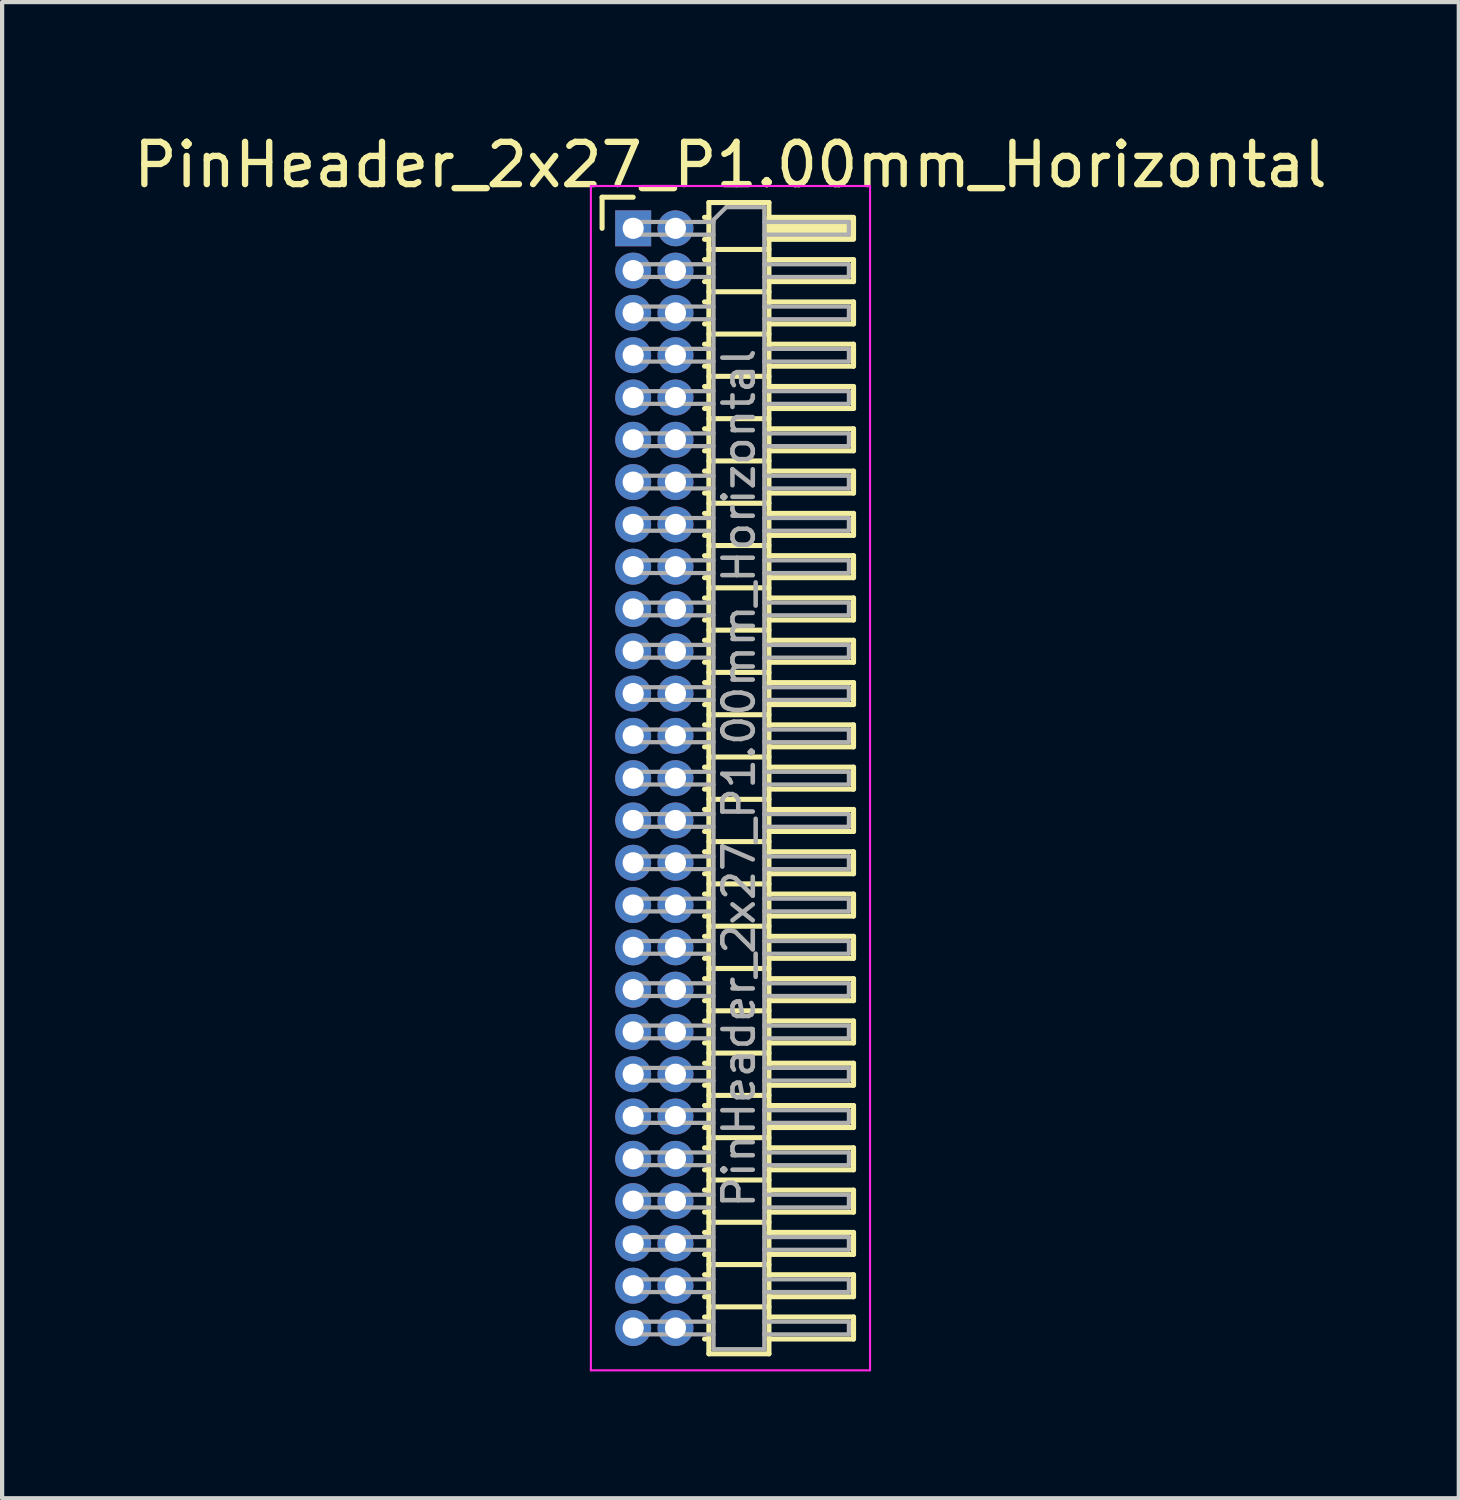
<source format=kicad_pcb>
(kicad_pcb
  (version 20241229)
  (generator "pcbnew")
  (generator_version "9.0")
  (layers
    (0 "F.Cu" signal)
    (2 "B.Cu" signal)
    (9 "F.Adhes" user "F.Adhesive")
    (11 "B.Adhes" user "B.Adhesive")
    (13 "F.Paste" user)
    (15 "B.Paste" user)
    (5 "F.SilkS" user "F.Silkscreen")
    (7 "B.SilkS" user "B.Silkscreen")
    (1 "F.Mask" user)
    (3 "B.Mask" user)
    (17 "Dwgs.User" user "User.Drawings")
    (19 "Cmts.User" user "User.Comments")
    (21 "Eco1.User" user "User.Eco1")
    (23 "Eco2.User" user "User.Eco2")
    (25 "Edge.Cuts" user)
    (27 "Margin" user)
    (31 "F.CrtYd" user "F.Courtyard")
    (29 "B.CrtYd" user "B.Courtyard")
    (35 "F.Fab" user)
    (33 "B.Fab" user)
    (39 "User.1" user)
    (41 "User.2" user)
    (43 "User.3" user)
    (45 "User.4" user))
  (footprint "PinHeader_2x27_P1.00mm_Horizontal"
    (layer "F.Cu")
    (at 11.92 2.348)
    (property "Reference" "PinHeader_2x27_P1.00mm_Horizontal" (at 2.3 -1.5 0) (layer "F.SilkS") (effects (font (size 1 1) (thickness 0.15))))
    (attr through_hole)
    (fp_line (start -0.735 -0.735) (end 0 -0.735) (stroke (width 0.12) (type solid)) (layer "F.SilkS"))
    (fp_line (start -0.735 0) (end -0.735 -0.735) (stroke (width 0.12) (type solid)) (layer "F.SilkS"))
    (fp_line (start 1.687 -0.26) (end 1.79 -0.26) (stroke (width 0.12) (type solid)) (layer "F.SilkS"))
    (fp_line (start 1.687 0.26) (end 1.79 0.26) (stroke (width 0.12) (type solid)) (layer "F.SilkS"))
    (fp_line (start 1.687 0.74) (end 1.79 0.74) (stroke (width 0.12) (type solid)) (layer "F.SilkS"))
    (fp_line (start 1.687 1.26) (end 1.79 1.26) (stroke (width 0.12) (type solid)) (layer "F.SilkS"))
    (fp_line (start 1.687 1.74) (end 1.79 1.74) (stroke (width 0.12) (type solid)) (layer "F.SilkS"))
    (fp_line (start 1.687 2.26) (end 1.79 2.26) (stroke (width 0.12) (type solid)) (layer "F.SilkS"))
    (fp_line (start 1.687 2.74) (end 1.79 2.74) (stroke (width 0.12) (type solid)) (layer "F.SilkS"))
    (fp_line (start 1.687 3.26) (end 1.79 3.26) (stroke (width 0.12) (type solid)) (layer "F.SilkS"))
    (fp_line (start 1.687 3.74) (end 1.79 3.74) (stroke (width 0.12) (type solid)) (layer "F.SilkS"))
    (fp_line (start 1.687 4.26) (end 1.79 4.26) (stroke (width 0.12) (type solid)) (layer "F.SilkS"))
    (fp_line (start 1.687 4.74) (end 1.79 4.74) (stroke (width 0.12) (type solid)) (layer "F.SilkS"))
    (fp_line (start 1.687 5.26) (end 1.79 5.26) (stroke (width 0.12) (type solid)) (layer "F.SilkS"))
    (fp_line (start 1.687 5.74) (end 1.79 5.74) (stroke (width 0.12) (type solid)) (layer "F.SilkS"))
    (fp_line (start 1.687 6.26) (end 1.79 6.26) (stroke (width 0.12) (type solid)) (layer "F.SilkS"))
    (fp_line (start 1.687 6.74) (end 1.79 6.74) (stroke (width 0.12) (type solid)) (layer "F.SilkS"))
    (fp_line (start 1.687 7.26) (end 1.79 7.26) (stroke (width 0.12) (type solid)) (layer "F.SilkS"))
    (fp_line (start 1.687 7.74) (end 1.79 7.74) (stroke (width 0.12) (type solid)) (layer "F.SilkS"))
    (fp_line (start 1.687 8.26) (end 1.79 8.26) (stroke (width 0.12) (type solid)) (layer "F.SilkS"))
    (fp_line (start 1.687 8.74) (end 1.79 8.74) (stroke (width 0.12) (type solid)) (layer "F.SilkS"))
    (fp_line (start 1.687 9.26) (end 1.79 9.26) (stroke (width 0.12) (type solid)) (layer "F.SilkS"))
    (fp_line (start 1.687 9.74) (end 1.79 9.74) (stroke (width 0.12) (type solid)) (layer "F.SilkS"))
    (fp_line (start 1.687 10.26) (end 1.79 10.26) (stroke (width 0.12) (type solid)) (layer "F.SilkS"))
    (fp_line (start 1.687 10.74) (end 1.79 10.74) (stroke (width 0.12) (type solid)) (layer "F.SilkS"))
    (fp_line (start 1.687 11.26) (end 1.79 11.26) (stroke (width 0.12) (type solid)) (layer "F.SilkS"))
    (fp_line (start 1.687 11.74) (end 1.79 11.74) (stroke (width 0.12) (type solid)) (layer "F.SilkS"))
    (fp_line (start 1.687 12.26) (end 1.79 12.26) (stroke (width 0.12) (type solid)) (layer "F.SilkS"))
    (fp_line (start 1.687 12.74) (end 1.79 12.74) (stroke (width 0.12) (type solid)) (layer "F.SilkS"))
    (fp_line (start 1.687 13.26) (end 1.79 13.26) (stroke (width 0.12) (type solid)) (layer "F.SilkS"))
    (fp_line (start 1.687 13.74) (end 1.79 13.74) (stroke (width 0.12) (type solid)) (layer "F.SilkS"))
    (fp_line (start 1.687 14.26) (end 1.79 14.26) (stroke (width 0.12) (type solid)) (layer "F.SilkS"))
    (fp_line (start 1.687 14.74) (end 1.79 14.74) (stroke (width 0.12) (type solid)) (layer "F.SilkS"))
    (fp_line (start 1.687 15.26) (end 1.79 15.26) (stroke (width 0.12) (type solid)) (layer "F.SilkS"))
    (fp_line (start 1.687 15.74) (end 1.79 15.74) (stroke (width 0.12) (type solid)) (layer "F.SilkS"))
    (fp_line (start 1.687 16.26) (end 1.79 16.26) (stroke (width 0.12) (type solid)) (layer "F.SilkS"))
    (fp_line (start 1.687 16.74) (end 1.79 16.74) (stroke (width 0.12) (type solid)) (layer "F.SilkS"))
    (fp_line (start 1.687 17.26) (end 1.79 17.26) (stroke (width 0.12) (type solid)) (layer "F.SilkS"))
    (fp_line (start 1.687 17.74) (end 1.79 17.74) (stroke (width 0.12) (type solid)) (layer "F.SilkS"))
    (fp_line (start 1.687 18.26) (end 1.79 18.26) (stroke (width 0.12) (type solid)) (layer "F.SilkS"))
    (fp_line (start 1.687 18.74) (end 1.79 18.74) (stroke (width 0.12) (type solid)) (layer "F.SilkS"))
    (fp_line (start 1.687 19.26) (end 1.79 19.26) (stroke (width 0.12) (type solid)) (layer "F.SilkS"))
    (fp_line (start 1.687 19.74) (end 1.79 19.74) (stroke (width 0.12) (type solid)) (layer "F.SilkS"))
    (fp_line (start 1.687 20.26) (end 1.79 20.26) (stroke (width 0.12) (type solid)) (layer "F.SilkS"))
    (fp_line (start 1.687 20.74) (end 1.79 20.74) (stroke (width 0.12) (type solid)) (layer "F.SilkS"))
    (fp_line (start 1.687 21.26) (end 1.79 21.26) (stroke (width 0.12) (type solid)) (layer "F.SilkS"))
    (fp_line (start 1.687 21.74) (end 1.79 21.74) (stroke (width 0.12) (type solid)) (layer "F.SilkS"))
    (fp_line (start 1.687 22.26) (end 1.79 22.26) (stroke (width 0.12) (type solid)) (layer "F.SilkS"))
    (fp_line (start 1.687 22.74) (end 1.79 22.74) (stroke (width 0.12) (type solid)) (layer "F.SilkS"))
    (fp_line (start 1.687 23.26) (end 1.79 23.26) (stroke (width 0.12) (type solid)) (layer "F.SilkS"))
    (fp_line (start 1.687 23.74) (end 1.79 23.74) (stroke (width 0.12) (type solid)) (layer "F.SilkS"))
    (fp_line (start 1.687 24.26) (end 1.79 24.26) (stroke (width 0.12) (type solid)) (layer "F.SilkS"))
    (fp_line (start 1.687 24.74) (end 1.79 24.74) (stroke (width 0.12) (type solid)) (layer "F.SilkS"))
    (fp_line (start 1.687 25.26) (end 1.79 25.26) (stroke (width 0.12) (type solid)) (layer "F.SilkS"))
    (fp_line (start 1.687 25.74) (end 1.79 25.74) (stroke (width 0.12) (type solid)) (layer "F.SilkS"))
    (fp_line (start 1.687 26.26) (end 1.79 26.26) (stroke (width 0.12) (type solid)) (layer "F.SilkS"))
    (fp_line (start 1.79 -0.61) (end 1.79 26.61) (stroke (width 0.12) (type solid)) (layer "F.SilkS"))
    (fp_line (start 1.79 0.5) (end 3.21 0.5) (stroke (width 0.12) (type solid)) (layer "F.SilkS"))
    (fp_line (start 1.79 1.5) (end 3.21 1.5) (stroke (width 0.12) (type solid)) (layer "F.SilkS"))
    (fp_line (start 1.79 2.5) (end 3.21 2.5) (stroke (width 0.12) (type solid)) (layer "F.SilkS"))
    (fp_line (start 1.79 3.5) (end 3.21 3.5) (stroke (width 0.12) (type solid)) (layer "F.SilkS"))
    (fp_line (start 1.79 4.5) (end 3.21 4.5) (stroke (width 0.12) (type solid)) (layer "F.SilkS"))
    (fp_line (start 1.79 5.5) (end 3.21 5.5) (stroke (width 0.12) (type solid)) (layer "F.SilkS"))
    (fp_line (start 1.79 6.5) (end 3.21 6.5) (stroke (width 0.12) (type solid)) (layer "F.SilkS"))
    (fp_line (start 1.79 7.5) (end 3.21 7.5) (stroke (width 0.12) (type solid)) (layer "F.SilkS"))
    (fp_line (start 1.79 8.5) (end 3.21 8.5) (stroke (width 0.12) (type solid)) (layer "F.SilkS"))
    (fp_line (start 1.79 9.5) (end 3.21 9.5) (stroke (width 0.12) (type solid)) (layer "F.SilkS"))
    (fp_line (start 1.79 10.5) (end 3.21 10.5) (stroke (width 0.12) (type solid)) (layer "F.SilkS"))
    (fp_line (start 1.79 11.5) (end 3.21 11.5) (stroke (width 0.12) (type solid)) (layer "F.SilkS"))
    (fp_line (start 1.79 12.5) (end 3.21 12.5) (stroke (width 0.12) (type solid)) (layer "F.SilkS"))
    (fp_line (start 1.79 13.5) (end 3.21 13.5) (stroke (width 0.12) (type solid)) (layer "F.SilkS"))
    (fp_line (start 1.79 14.5) (end 3.21 14.5) (stroke (width 0.12) (type solid)) (layer "F.SilkS"))
    (fp_line (start 1.79 15.5) (end 3.21 15.5) (stroke (width 0.12) (type solid)) (layer "F.SilkS"))
    (fp_line (start 1.79 16.5) (end 3.21 16.5) (stroke (width 0.12) (type solid)) (layer "F.SilkS"))
    (fp_line (start 1.79 17.5) (end 3.21 17.5) (stroke (width 0.12) (type solid)) (layer "F.SilkS"))
    (fp_line (start 1.79 18.5) (end 3.21 18.5) (stroke (width 0.12) (type solid)) (layer "F.SilkS"))
    (fp_line (start 1.79 19.5) (end 3.21 19.5) (stroke (width 0.12) (type solid)) (layer "F.SilkS"))
    (fp_line (start 1.79 20.5) (end 3.21 20.5) (stroke (width 0.12) (type solid)) (layer "F.SilkS"))
    (fp_line (start 1.79 21.5) (end 3.21 21.5) (stroke (width 0.12) (type solid)) (layer "F.SilkS"))
    (fp_line (start 1.79 22.5) (end 3.21 22.5) (stroke (width 0.12) (type solid)) (layer "F.SilkS"))
    (fp_line (start 1.79 23.5) (end 3.21 23.5) (stroke (width 0.12) (type solid)) (layer "F.SilkS"))
    (fp_line (start 1.79 24.5) (end 3.21 24.5) (stroke (width 0.12) (type solid)) (layer "F.SilkS"))
    (fp_line (start 1.79 25.5) (end 3.21 25.5) (stroke (width 0.12) (type solid)) (layer "F.SilkS"))
    (fp_line (start 1.79 26.61) (end 3.21 26.61) (stroke (width 0.12) (type solid)) (layer "F.SilkS"))
    (fp_line (start 3.21 -0.61) (end 1.79 -0.61) (stroke (width 0.12) (type solid)) (layer "F.SilkS"))
    (fp_line (start 3.21 0.74) (end 5.21 0.74) (stroke (width 0.12) (type solid)) (layer "F.SilkS"))
    (fp_line (start 3.21 1.74) (end 5.21 1.74) (stroke (width 0.12) (type solid)) (layer "F.SilkS"))
    (fp_line (start 3.21 2.74) (end 5.21 2.74) (stroke (width 0.12) (type solid)) (layer "F.SilkS"))
    (fp_line (start 3.21 3.74) (end 5.21 3.74) (stroke (width 0.12) (type solid)) (layer "F.SilkS"))
    (fp_line (start 3.21 4.74) (end 5.21 4.74) (stroke (width 0.12) (type solid)) (layer "F.SilkS"))
    (fp_line (start 3.21 5.74) (end 5.21 5.74) (stroke (width 0.12) (type solid)) (layer "F.SilkS"))
    (fp_line (start 3.21 6.74) (end 5.21 6.74) (stroke (width 0.12) (type solid)) (layer "F.SilkS"))
    (fp_line (start 3.21 7.74) (end 5.21 7.74) (stroke (width 0.12) (type solid)) (layer "F.SilkS"))
    (fp_line (start 3.21 8.74) (end 5.21 8.74) (stroke (width 0.12) (type solid)) (layer "F.SilkS"))
    (fp_line (start 3.21 9.74) (end 5.21 9.74) (stroke (width 0.12) (type solid)) (layer "F.SilkS"))
    (fp_line (start 3.21 10.74) (end 5.21 10.74) (stroke (width 0.12) (type solid)) (layer "F.SilkS"))
    (fp_line (start 3.21 11.74) (end 5.21 11.74) (stroke (width 0.12) (type solid)) (layer "F.SilkS"))
    (fp_line (start 3.21 12.74) (end 5.21 12.74) (stroke (width 0.12) (type solid)) (layer "F.SilkS"))
    (fp_line (start 3.21 13.74) (end 5.21 13.74) (stroke (width 0.12) (type solid)) (layer "F.SilkS"))
    (fp_line (start 3.21 14.74) (end 5.21 14.74) (stroke (width 0.12) (type solid)) (layer "F.SilkS"))
    (fp_line (start 3.21 15.74) (end 5.21 15.74) (stroke (width 0.12) (type solid)) (layer "F.SilkS"))
    (fp_line (start 3.21 16.74) (end 5.21 16.74) (stroke (width 0.12) (type solid)) (layer "F.SilkS"))
    (fp_line (start 3.21 17.74) (end 5.21 17.74) (stroke (width 0.12) (type solid)) (layer "F.SilkS"))
    (fp_line (start 3.21 18.74) (end 5.21 18.74) (stroke (width 0.12) (type solid)) (layer "F.SilkS"))
    (fp_line (start 3.21 19.74) (end 5.21 19.74) (stroke (width 0.12) (type solid)) (layer "F.SilkS"))
    (fp_line (start 3.21 20.74) (end 5.21 20.74) (stroke (width 0.12) (type solid)) (layer "F.SilkS"))
    (fp_line (start 3.21 21.74) (end 5.21 21.74) (stroke (width 0.12) (type solid)) (layer "F.SilkS"))
    (fp_line (start 3.21 22.74) (end 5.21 22.74) (stroke (width 0.12) (type solid)) (layer "F.SilkS"))
    (fp_line (start 3.21 23.74) (end 5.21 23.74) (stroke (width 0.12) (type solid)) (layer "F.SilkS"))
    (fp_line (start 3.21 24.74) (end 5.21 24.74) (stroke (width 0.12) (type solid)) (layer "F.SilkS"))
    (fp_line (start 3.21 25.74) (end 5.21 25.74) (stroke (width 0.12) (type solid)) (layer "F.SilkS"))
    (fp_line (start 3.21 26.61) (end 3.21 -0.61) (stroke (width 0.12) (type solid)) (layer "F.SilkS"))
    (fp_line (start 5.21 0.74) (end 5.21 1.26) (stroke (width 0.12) (type solid)) (layer "F.SilkS"))
    (fp_line (start 5.21 1.26) (end 3.21 1.26) (stroke (width 0.12) (type solid)) (layer "F.SilkS"))
    (fp_line (start 5.21 1.74) (end 5.21 2.26) (stroke (width 0.12) (type solid)) (layer "F.SilkS"))
    (fp_line (start 5.21 2.26) (end 3.21 2.26) (stroke (width 0.12) (type solid)) (layer "F.SilkS"))
    (fp_line (start 5.21 2.74) (end 5.21 3.26) (stroke (width 0.12) (type solid)) (layer "F.SilkS"))
    (fp_line (start 5.21 3.26) (end 3.21 3.26) (stroke (width 0.12) (type solid)) (layer "F.SilkS"))
    (fp_line (start 5.21 3.74) (end 5.21 4.26) (stroke (width 0.12) (type solid)) (layer "F.SilkS"))
    (fp_line (start 5.21 4.26) (end 3.21 4.26) (stroke (width 0.12) (type solid)) (layer "F.SilkS"))
    (fp_line (start 5.21 4.74) (end 5.21 5.26) (stroke (width 0.12) (type solid)) (layer "F.SilkS"))
    (fp_line (start 5.21 5.26) (end 3.21 5.26) (stroke (width 0.12) (type solid)) (layer "F.SilkS"))
    (fp_line (start 5.21 5.74) (end 5.21 6.26) (stroke (width 0.12) (type solid)) (layer "F.SilkS"))
    (fp_line (start 5.21 6.26) (end 3.21 6.26) (stroke (width 0.12) (type solid)) (layer "F.SilkS"))
    (fp_line (start 5.21 6.74) (end 5.21 7.26) (stroke (width 0.12) (type solid)) (layer "F.SilkS"))
    (fp_line (start 5.21 7.26) (end 3.21 7.26) (stroke (width 0.12) (type solid)) (layer "F.SilkS"))
    (fp_line (start 5.21 7.74) (end 5.21 8.26) (stroke (width 0.12) (type solid)) (layer "F.SilkS"))
    (fp_line (start 5.21 8.26) (end 3.21 8.26) (stroke (width 0.12) (type solid)) (layer "F.SilkS"))
    (fp_line (start 5.21 8.74) (end 5.21 9.26) (stroke (width 0.12) (type solid)) (layer "F.SilkS"))
    (fp_line (start 5.21 9.26) (end 3.21 9.26) (stroke (width 0.12) (type solid)) (layer "F.SilkS"))
    (fp_line (start 5.21 9.74) (end 5.21 10.26) (stroke (width 0.12) (type solid)) (layer "F.SilkS"))
    (fp_line (start 5.21 10.26) (end 3.21 10.26) (stroke (width 0.12) (type solid)) (layer "F.SilkS"))
    (fp_line (start 5.21 10.74) (end 5.21 11.26) (stroke (width 0.12) (type solid)) (layer "F.SilkS"))
    (fp_line (start 5.21 11.26) (end 3.21 11.26) (stroke (width 0.12) (type solid)) (layer "F.SilkS"))
    (fp_line (start 5.21 11.74) (end 5.21 12.26) (stroke (width 0.12) (type solid)) (layer "F.SilkS"))
    (fp_line (start 5.21 12.26) (end 3.21 12.26) (stroke (width 0.12) (type solid)) (layer "F.SilkS"))
    (fp_line (start 5.21 12.74) (end 5.21 13.26) (stroke (width 0.12) (type solid)) (layer "F.SilkS"))
    (fp_line (start 5.21 13.26) (end 3.21 13.26) (stroke (width 0.12) (type solid)) (layer "F.SilkS"))
    (fp_line (start 5.21 13.74) (end 5.21 14.26) (stroke (width 0.12) (type solid)) (layer "F.SilkS"))
    (fp_line (start 5.21 14.26) (end 3.21 14.26) (stroke (width 0.12) (type solid)) (layer "F.SilkS"))
    (fp_line (start 5.21 14.74) (end 5.21 15.26) (stroke (width 0.12) (type solid)) (layer "F.SilkS"))
    (fp_line (start 5.21 15.26) (end 3.21 15.26) (stroke (width 0.12) (type solid)) (layer "F.SilkS"))
    (fp_line (start 5.21 15.74) (end 5.21 16.26) (stroke (width 0.12) (type solid)) (layer "F.SilkS"))
    (fp_line (start 5.21 16.26) (end 3.21 16.26) (stroke (width 0.12) (type solid)) (layer "F.SilkS"))
    (fp_line (start 5.21 16.74) (end 5.21 17.26) (stroke (width 0.12) (type solid)) (layer "F.SilkS"))
    (fp_line (start 5.21 17.26) (end 3.21 17.26) (stroke (width 0.12) (type solid)) (layer "F.SilkS"))
    (fp_line (start 5.21 17.74) (end 5.21 18.26) (stroke (width 0.12) (type solid)) (layer "F.SilkS"))
    (fp_line (start 5.21 18.26) (end 3.21 18.26) (stroke (width 0.12) (type solid)) (layer "F.SilkS"))
    (fp_line (start 5.21 18.74) (end 5.21 19.26) (stroke (width 0.12) (type solid)) (layer "F.SilkS"))
    (fp_line (start 5.21 19.26) (end 3.21 19.26) (stroke (width 0.12) (type solid)) (layer "F.SilkS"))
    (fp_line (start 5.21 19.74) (end 5.21 20.26) (stroke (width 0.12) (type solid)) (layer "F.SilkS"))
    (fp_line (start 5.21 20.26) (end 3.21 20.26) (stroke (width 0.12) (type solid)) (layer "F.SilkS"))
    (fp_line (start 5.21 20.74) (end 5.21 21.26) (stroke (width 0.12) (type solid)) (layer "F.SilkS"))
    (fp_line (start 5.21 21.26) (end 3.21 21.26) (stroke (width 0.12) (type solid)) (layer "F.SilkS"))
    (fp_line (start 5.21 21.74) (end 5.21 22.26) (stroke (width 0.12) (type solid)) (layer "F.SilkS"))
    (fp_line (start 5.21 22.26) (end 3.21 22.26) (stroke (width 0.12) (type solid)) (layer "F.SilkS"))
    (fp_line (start 5.21 22.74) (end 5.21 23.26) (stroke (width 0.12) (type solid)) (layer "F.SilkS"))
    (fp_line (start 5.21 23.26) (end 3.21 23.26) (stroke (width 0.12) (type solid)) (layer "F.SilkS"))
    (fp_line (start 5.21 23.74) (end 5.21 24.26) (stroke (width 0.12) (type solid)) (layer "F.SilkS"))
    (fp_line (start 5.21 24.26) (end 3.21 24.26) (stroke (width 0.12) (type solid)) (layer "F.SilkS"))
    (fp_line (start 5.21 24.74) (end 5.21 25.26) (stroke (width 0.12) (type solid)) (layer "F.SilkS"))
    (fp_line (start 5.21 25.26) (end 3.21 25.26) (stroke (width 0.12) (type solid)) (layer "F.SilkS"))
    (fp_line (start 5.21 25.74) (end 5.21 26.26) (stroke (width 0.12) (type solid)) (layer "F.SilkS"))
    (fp_line (start 5.21 26.26) (end 3.21 26.26) (stroke (width 0.12) (type solid)) (layer "F.SilkS"))
    (fp_rect (start 3.21 -0.26) (end 5.21 0.26) (stroke (width 0.12) (type solid)) (fill yes) (layer "F.SilkS"))
    (fp_line (start -1 -1) (end -1 27) (stroke (width 0.05) (type solid)) (layer "F.CrtYd"))
    (fp_line (start -1 27) (end 5.6 27) (stroke (width 0.05) (type solid)) (layer "F.CrtYd"))
    (fp_line (start 5.6 -1) (end -1 -1) (stroke (width 0.05) (type solid)) (layer "F.CrtYd"))
    (fp_line (start 5.6 27) (end 5.6 -1) (stroke (width 0.05) (type solid)) (layer "F.CrtYd"))
    (fp_line (start -0.15 -0.15) (end -0.15 0.15) (stroke (width 0.1) (type solid)) (layer "F.Fab"))
    (fp_line (start -0.15 -0.15) (end 1.9 -0.15) (stroke (width 0.1) (type solid)) (layer "F.Fab"))
    (fp_line (start -0.15 0.15) (end 1.9 0.15) (stroke (width 0.1) (type solid)) (layer "F.Fab"))
    (fp_line (start -0.15 0.85) (end -0.15 1.15) (stroke (width 0.1) (type solid)) (layer "F.Fab"))
    (fp_line (start -0.15 0.85) (end 1.9 0.85) (stroke (width 0.1) (type solid)) (layer "F.Fab"))
    (fp_line (start -0.15 1.15) (end 1.9 1.15) (stroke (width 0.1) (type solid)) (layer "F.Fab"))
    (fp_line (start -0.15 1.85) (end -0.15 2.15) (stroke (width 0.1) (type solid)) (layer "F.Fab"))
    (fp_line (start -0.15 1.85) (end 1.9 1.85) (stroke (width 0.1) (type solid)) (layer "F.Fab"))
    (fp_line (start -0.15 2.15) (end 1.9 2.15) (stroke (width 0.1) (type solid)) (layer "F.Fab"))
    (fp_line (start -0.15 2.85) (end -0.15 3.15) (stroke (width 0.1) (type solid)) (layer "F.Fab"))
    (fp_line (start -0.15 2.85) (end 1.9 2.85) (stroke (width 0.1) (type solid)) (layer "F.Fab"))
    (fp_line (start -0.15 3.15) (end 1.9 3.15) (stroke (width 0.1) (type solid)) (layer "F.Fab"))
    (fp_line (start -0.15 3.85) (end -0.15 4.15) (stroke (width 0.1) (type solid)) (layer "F.Fab"))
    (fp_line (start -0.15 3.85) (end 1.9 3.85) (stroke (width 0.1) (type solid)) (layer "F.Fab"))
    (fp_line (start -0.15 4.15) (end 1.9 4.15) (stroke (width 0.1) (type solid)) (layer "F.Fab"))
    (fp_line (start -0.15 4.85) (end -0.15 5.15) (stroke (width 0.1) (type solid)) (layer "F.Fab"))
    (fp_line (start -0.15 4.85) (end 1.9 4.85) (stroke (width 0.1) (type solid)) (layer "F.Fab"))
    (fp_line (start -0.15 5.15) (end 1.9 5.15) (stroke (width 0.1) (type solid)) (layer "F.Fab"))
    (fp_line (start -0.15 5.85) (end -0.15 6.15) (stroke (width 0.1) (type solid)) (layer "F.Fab"))
    (fp_line (start -0.15 5.85) (end 1.9 5.85) (stroke (width 0.1) (type solid)) (layer "F.Fab"))
    (fp_line (start -0.15 6.15) (end 1.9 6.15) (stroke (width 0.1) (type solid)) (layer "F.Fab"))
    (fp_line (start -0.15 6.85) (end -0.15 7.15) (stroke (width 0.1) (type solid)) (layer "F.Fab"))
    (fp_line (start -0.15 6.85) (end 1.9 6.85) (stroke (width 0.1) (type solid)) (layer "F.Fab"))
    (fp_line (start -0.15 7.15) (end 1.9 7.15) (stroke (width 0.1) (type solid)) (layer "F.Fab"))
    (fp_line (start -0.15 7.85) (end -0.15 8.15) (stroke (width 0.1) (type solid)) (layer "F.Fab"))
    (fp_line (start -0.15 7.85) (end 1.9 7.85) (stroke (width 0.1) (type solid)) (layer "F.Fab"))
    (fp_line (start -0.15 8.15) (end 1.9 8.15) (stroke (width 0.1) (type solid)) (layer "F.Fab"))
    (fp_line (start -0.15 8.85) (end -0.15 9.15) (stroke (width 0.1) (type solid)) (layer "F.Fab"))
    (fp_line (start -0.15 8.85) (end 1.9 8.85) (stroke (width 0.1) (type solid)) (layer "F.Fab"))
    (fp_line (start -0.15 9.15) (end 1.9 9.15) (stroke (width 0.1) (type solid)) (layer "F.Fab"))
    (fp_line (start -0.15 9.85) (end -0.15 10.15) (stroke (width 0.1) (type solid)) (layer "F.Fab"))
    (fp_line (start -0.15 9.85) (end 1.9 9.85) (stroke (width 0.1) (type solid)) (layer "F.Fab"))
    (fp_line (start -0.15 10.15) (end 1.9 10.15) (stroke (width 0.1) (type solid)) (layer "F.Fab"))
    (fp_line (start -0.15 10.85) (end -0.15 11.15) (stroke (width 0.1) (type solid)) (layer "F.Fab"))
    (fp_line (start -0.15 10.85) (end 1.9 10.85) (stroke (width 0.1) (type solid)) (layer "F.Fab"))
    (fp_line (start -0.15 11.15) (end 1.9 11.15) (stroke (width 0.1) (type solid)) (layer "F.Fab"))
    (fp_line (start -0.15 11.85) (end -0.15 12.15) (stroke (width 0.1) (type solid)) (layer "F.Fab"))
    (fp_line (start -0.15 11.85) (end 1.9 11.85) (stroke (width 0.1) (type solid)) (layer "F.Fab"))
    (fp_line (start -0.15 12.15) (end 1.9 12.15) (stroke (width 0.1) (type solid)) (layer "F.Fab"))
    (fp_line (start -0.15 12.85) (end -0.15 13.15) (stroke (width 0.1) (type solid)) (layer "F.Fab"))
    (fp_line (start -0.15 12.85) (end 1.9 12.85) (stroke (width 0.1) (type solid)) (layer "F.Fab"))
    (fp_line (start -0.15 13.15) (end 1.9 13.15) (stroke (width 0.1) (type solid)) (layer "F.Fab"))
    (fp_line (start -0.15 13.85) (end -0.15 14.15) (stroke (width 0.1) (type solid)) (layer "F.Fab"))
    (fp_line (start -0.15 13.85) (end 1.9 13.85) (stroke (width 0.1) (type solid)) (layer "F.Fab"))
    (fp_line (start -0.15 14.15) (end 1.9 14.15) (stroke (width 0.1) (type solid)) (layer "F.Fab"))
    (fp_line (start -0.15 14.85) (end -0.15 15.15) (stroke (width 0.1) (type solid)) (layer "F.Fab"))
    (fp_line (start -0.15 14.85) (end 1.9 14.85) (stroke (width 0.1) (type solid)) (layer "F.Fab"))
    (fp_line (start -0.15 15.15) (end 1.9 15.15) (stroke (width 0.1) (type solid)) (layer "F.Fab"))
    (fp_line (start -0.15 15.85) (end -0.15 16.15) (stroke (width 0.1) (type solid)) (layer "F.Fab"))
    (fp_line (start -0.15 15.85) (end 1.9 15.85) (stroke (width 0.1) (type solid)) (layer "F.Fab"))
    (fp_line (start -0.15 16.15) (end 1.9 16.15) (stroke (width 0.1) (type solid)) (layer "F.Fab"))
    (fp_line (start -0.15 16.85) (end -0.15 17.15) (stroke (width 0.1) (type solid)) (layer "F.Fab"))
    (fp_line (start -0.15 16.85) (end 1.9 16.85) (stroke (width 0.1) (type solid)) (layer "F.Fab"))
    (fp_line (start -0.15 17.15) (end 1.9 17.15) (stroke (width 0.1) (type solid)) (layer "F.Fab"))
    (fp_line (start -0.15 17.85) (end -0.15 18.15) (stroke (width 0.1) (type solid)) (layer "F.Fab"))
    (fp_line (start -0.15 17.85) (end 1.9 17.85) (stroke (width 0.1) (type solid)) (layer "F.Fab"))
    (fp_line (start -0.15 18.15) (end 1.9 18.15) (stroke (width 0.1) (type solid)) (layer "F.Fab"))
    (fp_line (start -0.15 18.85) (end -0.15 19.15) (stroke (width 0.1) (type solid)) (layer "F.Fab"))
    (fp_line (start -0.15 18.85) (end 1.9 18.85) (stroke (width 0.1) (type solid)) (layer "F.Fab"))
    (fp_line (start -0.15 19.15) (end 1.9 19.15) (stroke (width 0.1) (type solid)) (layer "F.Fab"))
    (fp_line (start -0.15 19.85) (end -0.15 20.15) (stroke (width 0.1) (type solid)) (layer "F.Fab"))
    (fp_line (start -0.15 19.85) (end 1.9 19.85) (stroke (width 0.1) (type solid)) (layer "F.Fab"))
    (fp_line (start -0.15 20.15) (end 1.9 20.15) (stroke (width 0.1) (type solid)) (layer "F.Fab"))
    (fp_line (start -0.15 20.85) (end -0.15 21.15) (stroke (width 0.1) (type solid)) (layer "F.Fab"))
    (fp_line (start -0.15 20.85) (end 1.9 20.85) (stroke (width 0.1) (type solid)) (layer "F.Fab"))
    (fp_line (start -0.15 21.15) (end 1.9 21.15) (stroke (width 0.1) (type solid)) (layer "F.Fab"))
    (fp_line (start -0.15 21.85) (end -0.15 22.15) (stroke (width 0.1) (type solid)) (layer "F.Fab"))
    (fp_line (start -0.15 21.85) (end 1.9 21.85) (stroke (width 0.1) (type solid)) (layer "F.Fab"))
    (fp_line (start -0.15 22.15) (end 1.9 22.15) (stroke (width 0.1) (type solid)) (layer "F.Fab"))
    (fp_line (start -0.15 22.85) (end -0.15 23.15) (stroke (width 0.1) (type solid)) (layer "F.Fab"))
    (fp_line (start -0.15 22.85) (end 1.9 22.85) (stroke (width 0.1) (type solid)) (layer "F.Fab"))
    (fp_line (start -0.15 23.15) (end 1.9 23.15) (stroke (width 0.1) (type solid)) (layer "F.Fab"))
    (fp_line (start -0.15 23.85) (end -0.15 24.15) (stroke (width 0.1) (type solid)) (layer "F.Fab"))
    (fp_line (start -0.15 23.85) (end 1.9 23.85) (stroke (width 0.1) (type solid)) (layer "F.Fab"))
    (fp_line (start -0.15 24.15) (end 1.9 24.15) (stroke (width 0.1) (type solid)) (layer "F.Fab"))
    (fp_line (start -0.15 24.85) (end -0.15 25.15) (stroke (width 0.1) (type solid)) (layer "F.Fab"))
    (fp_line (start -0.15 24.85) (end 1.9 24.85) (stroke (width 0.1) (type solid)) (layer "F.Fab"))
    (fp_line (start -0.15 25.15) (end 1.9 25.15) (stroke (width 0.1) (type solid)) (layer "F.Fab"))
    (fp_line (start -0.15 25.85) (end -0.15 26.15) (stroke (width 0.1) (type solid)) (layer "F.Fab"))
    (fp_line (start -0.15 25.85) (end 1.9 25.85) (stroke (width 0.1) (type solid)) (layer "F.Fab"))
    (fp_line (start -0.15 26.15) (end 1.9 26.15) (stroke (width 0.1) (type solid)) (layer "F.Fab"))
    (fp_line (start 1.9 -0.2) (end 2.2 -0.5) (stroke (width 0.1) (type solid)) (layer "F.Fab"))
    (fp_line (start 1.9 26.5) (end 1.9 -0.2) (stroke (width 0.1) (type solid)) (layer "F.Fab"))
    (fp_line (start 2.2 -0.5) (end 3.1 -0.5) (stroke (width 0.1) (type solid)) (layer "F.Fab"))
    (fp_line (start 3.1 -0.5) (end 3.1 26.5) (stroke (width 0.1) (type solid)) (layer "F.Fab"))
    (fp_line (start 3.1 -0.15) (end 5.1 -0.15) (stroke (width 0.1) (type solid)) (layer "F.Fab"))
    (fp_line (start 3.1 0.15) (end 5.1 0.15) (stroke (width 0.1) (type solid)) (layer "F.Fab"))
    (fp_line (start 3.1 0.85) (end 5.1 0.85) (stroke (width 0.1) (type solid)) (layer "F.Fab"))
    (fp_line (start 3.1 1.15) (end 5.1 1.15) (stroke (width 0.1) (type solid)) (layer "F.Fab"))
    (fp_line (start 3.1 1.85) (end 5.1 1.85) (stroke (width 0.1) (type solid)) (layer "F.Fab"))
    (fp_line (start 3.1 2.15) (end 5.1 2.15) (stroke (width 0.1) (type solid)) (layer "F.Fab"))
    (fp_line (start 3.1 2.85) (end 5.1 2.85) (stroke (width 0.1) (type solid)) (layer "F.Fab"))
    (fp_line (start 3.1 3.15) (end 5.1 3.15) (stroke (width 0.1) (type solid)) (layer "F.Fab"))
    (fp_line (start 3.1 3.85) (end 5.1 3.85) (stroke (width 0.1) (type solid)) (layer "F.Fab"))
    (fp_line (start 3.1 4.15) (end 5.1 4.15) (stroke (width 0.1) (type solid)) (layer "F.Fab"))
    (fp_line (start 3.1 4.85) (end 5.1 4.85) (stroke (width 0.1) (type solid)) (layer "F.Fab"))
    (fp_line (start 3.1 5.15) (end 5.1 5.15) (stroke (width 0.1) (type solid)) (layer "F.Fab"))
    (fp_line (start 3.1 5.85) (end 5.1 5.85) (stroke (width 0.1) (type solid)) (layer "F.Fab"))
    (fp_line (start 3.1 6.15) (end 5.1 6.15) (stroke (width 0.1) (type solid)) (layer "F.Fab"))
    (fp_line (start 3.1 6.85) (end 5.1 6.85) (stroke (width 0.1) (type solid)) (layer "F.Fab"))
    (fp_line (start 3.1 7.15) (end 5.1 7.15) (stroke (width 0.1) (type solid)) (layer "F.Fab"))
    (fp_line (start 3.1 7.85) (end 5.1 7.85) (stroke (width 0.1) (type solid)) (layer "F.Fab"))
    (fp_line (start 3.1 8.15) (end 5.1 8.15) (stroke (width 0.1) (type solid)) (layer "F.Fab"))
    (fp_line (start 3.1 8.85) (end 5.1 8.85) (stroke (width 0.1) (type solid)) (layer "F.Fab"))
    (fp_line (start 3.1 9.15) (end 5.1 9.15) (stroke (width 0.1) (type solid)) (layer "F.Fab"))
    (fp_line (start 3.1 9.85) (end 5.1 9.85) (stroke (width 0.1) (type solid)) (layer "F.Fab"))
    (fp_line (start 3.1 10.15) (end 5.1 10.15) (stroke (width 0.1) (type solid)) (layer "F.Fab"))
    (fp_line (start 3.1 10.85) (end 5.1 10.85) (stroke (width 0.1) (type solid)) (layer "F.Fab"))
    (fp_line (start 3.1 11.15) (end 5.1 11.15) (stroke (width 0.1) (type solid)) (layer "F.Fab"))
    (fp_line (start 3.1 11.85) (end 5.1 11.85) (stroke (width 0.1) (type solid)) (layer "F.Fab"))
    (fp_line (start 3.1 12.15) (end 5.1 12.15) (stroke (width 0.1) (type solid)) (layer "F.Fab"))
    (fp_line (start 3.1 12.85) (end 5.1 12.85) (stroke (width 0.1) (type solid)) (layer "F.Fab"))
    (fp_line (start 3.1 13.15) (end 5.1 13.15) (stroke (width 0.1) (type solid)) (layer "F.Fab"))
    (fp_line (start 3.1 13.85) (end 5.1 13.85) (stroke (width 0.1) (type solid)) (layer "F.Fab"))
    (fp_line (start 3.1 14.15) (end 5.1 14.15) (stroke (width 0.1) (type solid)) (layer "F.Fab"))
    (fp_line (start 3.1 14.85) (end 5.1 14.85) (stroke (width 0.1) (type solid)) (layer "F.Fab"))
    (fp_line (start 3.1 15.15) (end 5.1 15.15) (stroke (width 0.1) (type solid)) (layer "F.Fab"))
    (fp_line (start 3.1 15.85) (end 5.1 15.85) (stroke (width 0.1) (type solid)) (layer "F.Fab"))
    (fp_line (start 3.1 16.15) (end 5.1 16.15) (stroke (width 0.1) (type solid)) (layer "F.Fab"))
    (fp_line (start 3.1 16.85) (end 5.1 16.85) (stroke (width 0.1) (type solid)) (layer "F.Fab"))
    (fp_line (start 3.1 17.15) (end 5.1 17.15) (stroke (width 0.1) (type solid)) (layer "F.Fab"))
    (fp_line (start 3.1 17.85) (end 5.1 17.85) (stroke (width 0.1) (type solid)) (layer "F.Fab"))
    (fp_line (start 3.1 18.15) (end 5.1 18.15) (stroke (width 0.1) (type solid)) (layer "F.Fab"))
    (fp_line (start 3.1 18.85) (end 5.1 18.85) (stroke (width 0.1) (type solid)) (layer "F.Fab"))
    (fp_line (start 3.1 19.15) (end 5.1 19.15) (stroke (width 0.1) (type solid)) (layer "F.Fab"))
    (fp_line (start 3.1 19.85) (end 5.1 19.85) (stroke (width 0.1) (type solid)) (layer "F.Fab"))
    (fp_line (start 3.1 20.15) (end 5.1 20.15) (stroke (width 0.1) (type solid)) (layer "F.Fab"))
    (fp_line (start 3.1 20.85) (end 5.1 20.85) (stroke (width 0.1) (type solid)) (layer "F.Fab"))
    (fp_line (start 3.1 21.15) (end 5.1 21.15) (stroke (width 0.1) (type solid)) (layer "F.Fab"))
    (fp_line (start 3.1 21.85) (end 5.1 21.85) (stroke (width 0.1) (type solid)) (layer "F.Fab"))
    (fp_line (start 3.1 22.15) (end 5.1 22.15) (stroke (width 0.1) (type solid)) (layer "F.Fab"))
    (fp_line (start 3.1 22.85) (end 5.1 22.85) (stroke (width 0.1) (type solid)) (layer "F.Fab"))
    (fp_line (start 3.1 23.15) (end 5.1 23.15) (stroke (width 0.1) (type solid)) (layer "F.Fab"))
    (fp_line (start 3.1 23.85) (end 5.1 23.85) (stroke (width 0.1) (type solid)) (layer "F.Fab"))
    (fp_line (start 3.1 24.15) (end 5.1 24.15) (stroke (width 0.1) (type solid)) (layer "F.Fab"))
    (fp_line (start 3.1 24.85) (end 5.1 24.85) (stroke (width 0.1) (type solid)) (layer "F.Fab"))
    (fp_line (start 3.1 25.15) (end 5.1 25.15) (stroke (width 0.1) (type solid)) (layer "F.Fab"))
    (fp_line (start 3.1 25.85) (end 5.1 25.85) (stroke (width 0.1) (type solid)) (layer "F.Fab"))
    (fp_line (start 3.1 26.15) (end 5.1 26.15) (stroke (width 0.1) (type solid)) (layer "F.Fab"))
    (fp_line (start 3.1 26.5) (end 1.9 26.5) (stroke (width 0.1) (type solid)) (layer "F.Fab"))
    (fp_line (start 5.1 -0.15) (end 5.1 0.15) (stroke (width 0.1) (type solid)) (layer "F.Fab"))
    (fp_line (start 5.1 0.85) (end 5.1 1.15) (stroke (width 0.1) (type solid)) (layer "F.Fab"))
    (fp_line (start 5.1 1.85) (end 5.1 2.15) (stroke (width 0.1) (type solid)) (layer "F.Fab"))
    (fp_line (start 5.1 2.85) (end 5.1 3.15) (stroke (width 0.1) (type solid)) (layer "F.Fab"))
    (fp_line (start 5.1 3.85) (end 5.1 4.15) (stroke (width 0.1) (type solid)) (layer "F.Fab"))
    (fp_line (start 5.1 4.85) (end 5.1 5.15) (stroke (width 0.1) (type solid)) (layer "F.Fab"))
    (fp_line (start 5.1 5.85) (end 5.1 6.15) (stroke (width 0.1) (type solid)) (layer "F.Fab"))
    (fp_line (start 5.1 6.85) (end 5.1 7.15) (stroke (width 0.1) (type solid)) (layer "F.Fab"))
    (fp_line (start 5.1 7.85) (end 5.1 8.15) (stroke (width 0.1) (type solid)) (layer "F.Fab"))
    (fp_line (start 5.1 8.85) (end 5.1 9.15) (stroke (width 0.1) (type solid)) (layer "F.Fab"))
    (fp_line (start 5.1 9.85) (end 5.1 10.15) (stroke (width 0.1) (type solid)) (layer "F.Fab"))
    (fp_line (start 5.1 10.85) (end 5.1 11.15) (stroke (width 0.1) (type solid)) (layer "F.Fab"))
    (fp_line (start 5.1 11.85) (end 5.1 12.15) (stroke (width 0.1) (type solid)) (layer "F.Fab"))
    (fp_line (start 5.1 12.85) (end 5.1 13.15) (stroke (width 0.1) (type solid)) (layer "F.Fab"))
    (fp_line (start 5.1 13.85) (end 5.1 14.15) (stroke (width 0.1) (type solid)) (layer "F.Fab"))
    (fp_line (start 5.1 14.85) (end 5.1 15.15) (stroke (width 0.1) (type solid)) (layer "F.Fab"))
    (fp_line (start 5.1 15.85) (end 5.1 16.15) (stroke (width 0.1) (type solid)) (layer "F.Fab"))
    (fp_line (start 5.1 16.85) (end 5.1 17.15) (stroke (width 0.1) (type solid)) (layer "F.Fab"))
    (fp_line (start 5.1 17.85) (end 5.1 18.15) (stroke (width 0.1) (type solid)) (layer "F.Fab"))
    (fp_line (start 5.1 18.85) (end 5.1 19.15) (stroke (width 0.1) (type solid)) (layer "F.Fab"))
    (fp_line (start 5.1 19.85) (end 5.1 20.15) (stroke (width 0.1) (type solid)) (layer "F.Fab"))
    (fp_line (start 5.1 20.85) (end 5.1 21.15) (stroke (width 0.1) (type solid)) (layer "F.Fab"))
    (fp_line (start 5.1 21.85) (end 5.1 22.15) (stroke (width 0.1) (type solid)) (layer "F.Fab"))
    (fp_line (start 5.1 22.85) (end 5.1 23.15) (stroke (width 0.1) (type solid)) (layer "F.Fab"))
    (fp_line (start 5.1 23.85) (end 5.1 24.15) (stroke (width 0.1) (type solid)) (layer "F.Fab"))
    (fp_line (start 5.1 24.85) (end 5.1 25.15) (stroke (width 0.1) (type solid)) (layer "F.Fab"))
    (fp_line (start 5.1 25.85) (end 5.1 26.15) (stroke (width 0.1) (type solid)) (layer "F.Fab"))
    (fp_text user "${REFERENCE}" (at 2.5 13 90) (layer "F.Fab") (effects (font (size 0.72 0.72) (thickness 0.108))))
    (pad "1" thru_hole rect (at 0 0) (size 0.85 0.85) (drill 0.5) (layers "*.Cu" "*.Mask"))
    (pad "2" thru_hole circle (at 1 0) (size 0.85 0.85) (drill 0.5) (layers "*.Cu" "*.Mask"))
    (pad "3" thru_hole circle (at 0 1) (size 0.85 0.85) (drill 0.5) (layers "*.Cu" "*.Mask"))
    (pad "4" thru_hole circle (at 1 1) (size 0.85 0.85) (drill 0.5) (layers "*.Cu" "*.Mask"))
    (pad "5" thru_hole circle (at 0 2) (size 0.85 0.85) (drill 0.5) (layers "*.Cu" "*.Mask"))
    (pad "6" thru_hole circle (at 1 2) (size 0.85 0.85) (drill 0.5) (layers "*.Cu" "*.Mask"))
    (pad "7" thru_hole circle (at 0 3) (size 0.85 0.85) (drill 0.5) (layers "*.Cu" "*.Mask"))
    (pad "8" thru_hole circle (at 1 3) (size 0.85 0.85) (drill 0.5) (layers "*.Cu" "*.Mask"))
    (pad "9" thru_hole circle (at 0 4) (size 0.85 0.85) (drill 0.5) (layers "*.Cu" "*.Mask"))
    (pad "10" thru_hole circle (at 1 4) (size 0.85 0.85) (drill 0.5) (layers "*.Cu" "*.Mask"))
    (pad "11" thru_hole circle (at 0 5) (size 0.85 0.85) (drill 0.5) (layers "*.Cu" "*.Mask"))
    (pad "12" thru_hole circle (at 1 5) (size 0.85 0.85) (drill 0.5) (layers "*.Cu" "*.Mask"))
    (pad "13" thru_hole circle (at 0 6) (size 0.85 0.85) (drill 0.5) (layers "*.Cu" "*.Mask"))
    (pad "14" thru_hole circle (at 1 6) (size 0.85 0.85) (drill 0.5) (layers "*.Cu" "*.Mask"))
    (pad "15" thru_hole circle (at 0 7) (size 0.85 0.85) (drill 0.5) (layers "*.Cu" "*.Mask"))
    (pad "16" thru_hole circle (at 1 7) (size 0.85 0.85) (drill 0.5) (layers "*.Cu" "*.Mask"))
    (pad "17" thru_hole circle (at 0 8) (size 0.85 0.85) (drill 0.5) (layers "*.Cu" "*.Mask"))
    (pad "18" thru_hole circle (at 1 8) (size 0.85 0.85) (drill 0.5) (layers "*.Cu" "*.Mask"))
    (pad "19" thru_hole circle (at 0 9) (size 0.85 0.85) (drill 0.5) (layers "*.Cu" "*.Mask"))
    (pad "20" thru_hole circle (at 1 9) (size 0.85 0.85) (drill 0.5) (layers "*.Cu" "*.Mask"))
    (pad "21" thru_hole circle (at 0 10) (size 0.85 0.85) (drill 0.5) (layers "*.Cu" "*.Mask"))
    (pad "22" thru_hole circle (at 1 10) (size 0.85 0.85) (drill 0.5) (layers "*.Cu" "*.Mask"))
    (pad "23" thru_hole circle (at 0 11) (size 0.85 0.85) (drill 0.5) (layers "*.Cu" "*.Mask"))
    (pad "24" thru_hole circle (at 1 11) (size 0.85 0.85) (drill 0.5) (layers "*.Cu" "*.Mask"))
    (pad "25" thru_hole circle (at 0 12) (size 0.85 0.85) (drill 0.5) (layers "*.Cu" "*.Mask"))
    (pad "26" thru_hole circle (at 1 12) (size 0.85 0.85) (drill 0.5) (layers "*.Cu" "*.Mask"))
    (pad "27" thru_hole circle (at 0 13) (size 0.85 0.85) (drill 0.5) (layers "*.Cu" "*.Mask"))
    (pad "28" thru_hole circle (at 1 13) (size 0.85 0.85) (drill 0.5) (layers "*.Cu" "*.Mask"))
    (pad "29" thru_hole circle (at 0 14) (size 0.85 0.85) (drill 0.5) (layers "*.Cu" "*.Mask"))
    (pad "30" thru_hole circle (at 1 14) (size 0.85 0.85) (drill 0.5) (layers "*.Cu" "*.Mask"))
    (pad "31" thru_hole circle (at 0 15) (size 0.85 0.85) (drill 0.5) (layers "*.Cu" "*.Mask"))
    (pad "32" thru_hole circle (at 1 15) (size 0.85 0.85) (drill 0.5) (layers "*.Cu" "*.Mask"))
    (pad "33" thru_hole circle (at 0 16) (size 0.85 0.85) (drill 0.5) (layers "*.Cu" "*.Mask"))
    (pad "34" thru_hole circle (at 1 16) (size 0.85 0.85) (drill 0.5) (layers "*.Cu" "*.Mask"))
    (pad "35" thru_hole circle (at 0 17) (size 0.85 0.85) (drill 0.5) (layers "*.Cu" "*.Mask"))
    (pad "36" thru_hole circle (at 1 17) (size 0.85 0.85) (drill 0.5) (layers "*.Cu" "*.Mask"))
    (pad "37" thru_hole circle (at 0 18) (size 0.85 0.85) (drill 0.5) (layers "*.Cu" "*.Mask"))
    (pad "38" thru_hole circle (at 1 18) (size 0.85 0.85) (drill 0.5) (layers "*.Cu" "*.Mask"))
    (pad "39" thru_hole circle (at 0 19) (size 0.85 0.85) (drill 0.5) (layers "*.Cu" "*.Mask"))
    (pad "40" thru_hole circle (at 1 19) (size 0.85 0.85) (drill 0.5) (layers "*.Cu" "*.Mask"))
    (pad "41" thru_hole circle (at 0 20) (size 0.85 0.85) (drill 0.5) (layers "*.Cu" "*.Mask"))
    (pad "42" thru_hole circle (at 1 20) (size 0.85 0.85) (drill 0.5) (layers "*.Cu" "*.Mask"))
    (pad "43" thru_hole circle (at 0 21) (size 0.85 0.85) (drill 0.5) (layers "*.Cu" "*.Mask"))
    (pad "44" thru_hole circle (at 1 21) (size 0.85 0.85) (drill 0.5) (layers "*.Cu" "*.Mask"))
    (pad "45" thru_hole circle (at 0 22) (size 0.85 0.85) (drill 0.5) (layers "*.Cu" "*.Mask"))
    (pad "46" thru_hole circle (at 1 22) (size 0.85 0.85) (drill 0.5) (layers "*.Cu" "*.Mask"))
    (pad "47" thru_hole circle (at 0 23) (size 0.85 0.85) (drill 0.5) (layers "*.Cu" "*.Mask"))
    (pad "48" thru_hole circle (at 1 23) (size 0.85 0.85) (drill 0.5) (layers "*.Cu" "*.Mask"))
    (pad "49" thru_hole circle (at 0 24) (size 0.85 0.85) (drill 0.5) (layers "*.Cu" "*.Mask"))
    (pad "50" thru_hole circle (at 1 24) (size 0.85 0.85) (drill 0.5) (layers "*.Cu" "*.Mask"))
    (pad "51" thru_hole circle (at 0 25) (size 0.85 0.85) (drill 0.5) (layers "*.Cu" "*.Mask"))
    (pad "52" thru_hole circle (at 1 25) (size 0.85 0.85) (drill 0.5) (layers "*.Cu" "*.Mask"))
    (pad "53" thru_hole circle (at 0 26) (size 0.85 0.85) (drill 0.5) (layers "*.Cu" "*.Mask"))
    (pad "54" thru_hole circle (at 1 26) (size 0.85 0.85) (drill 0.5) (layers "*.Cu" "*.Mask")))
  (gr_rect
    (start -3 -3)
    (end 31.44 32.373)
    (stroke (width 0.1) (type default))
    (fill no)
    (layer "Edge.Cuts")))
</source>
